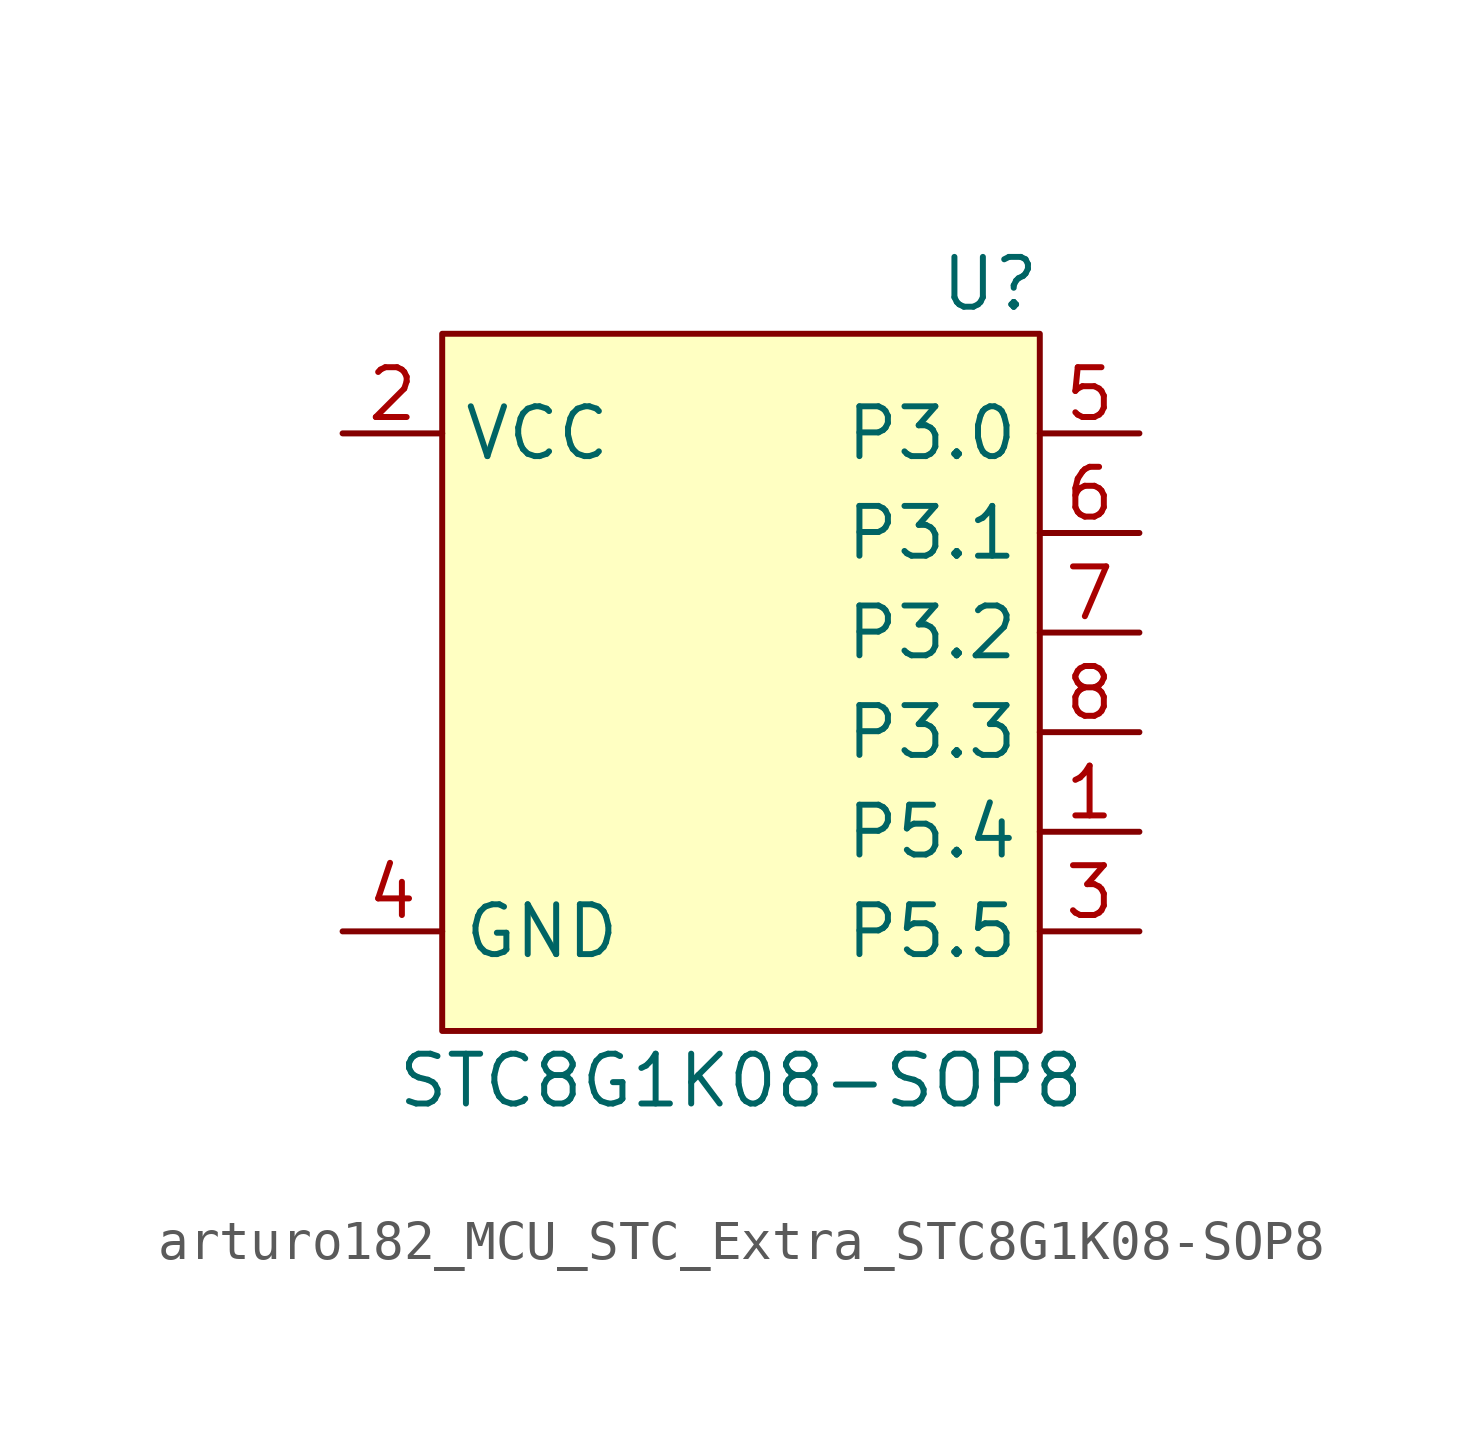
<source format=kicad_sym>
(kicad_symbol_lib
  (version 20220914)
  (generator kicad_symbol_editor)
  (symbol "MCU_STC_Extra:arturo182_MCU_STC_Extra_STC8G1K08-SOP8"
    (property "Reference" "U"
      (at 6.35 10.16 0)
      (effects (font (size 1.27 1.27))))
    (property "Value" "STC8G1K08-SOP8"
      (at 0 -10.16 0)
      (effects (font (size 1.27 1.27))))
    (symbol "arturo182_MCU_STC_Extra_STC8G1K08-SOP8_0_0"
      (pin bidirectional line (at 10.16 -3.81 180) (length 2.54) (name "P5.4" (effects (font (size 1.27 1.27)))) (number "1" (effects (font (size 1.27 1.27)))) (alternate "MCLKO" bidirectional line) (alternate "RST" bidirectional line))
      (pin power_in line (at -10.16 6.35 0) (length 2.54) (name "VCC" (effects (font (size 1.27 1.27)))) (number "2" (effects (font (size 1.27 1.27)))))
      (pin bidirectional line (at 10.16 -6.35 180) (length 2.54) (name "P5.5" (effects (font (size 1.27 1.27)))) (number "3" (effects (font (size 1.27 1.27)))))
      (pin power_in line (at -10.16 -6.35 0) (length 2.54) (name "GND" (effects (font (size 1.27 1.27)))) (number "4" (effects (font (size 1.27 1.27)))))
      (pin bidirectional line (at 10.16 6.35 180) (length 2.54) (name "P3.0" (effects (font (size 1.27 1.27)))) (number "5" (effects (font (size 1.27 1.27)))) (alternate "ADC8" bidirectional line) (alternate "INT4" bidirectional line) (alternate "RxD" bidirectional line))
      (pin bidirectional line (at 10.16 3.81 180) (length 2.54) (name "P3.1" (effects (font (size 1.27 1.27)))) (number "6" (effects (font (size 1.27 1.27)))) (alternate "ADC9" bidirectional line) (alternate "TxD" bidirectional line))
      (pin bidirectional line (at 10.16 1.27 180) (length 2.54) (name "P3.2" (effects (font (size 1.27 1.27)))) (number "7" (effects (font (size 1.27 1.27)))) (alternate "ADC10" bidirectional line) (alternate "I2C_SDA4" bidirectional line) (alternate "INT0" bidirectional line) (alternate "SCLK4" bidirectional line))
      (pin bidirectional line (at 10.16 -1.27 180) (length 2.54) (name "P3.3" (effects (font (size 1.27 1.27)))) (number "8" (effects (font (size 1.27 1.27)))) (alternate "ADC11" bidirectional line) (alternate "I2C_SDA4" bidirectional line) (alternate "INT1" bidirectional line) (alternate "MISO" bidirectional line)))
    (symbol "arturo182_MCU_STC_Extra_STC8G1K08-SOP8_0_1"
      (rectangle (start -7.62 8.89) (end 7.62 -8.89) (stroke (width 0.152)) (fill (type background))))))
</source>
